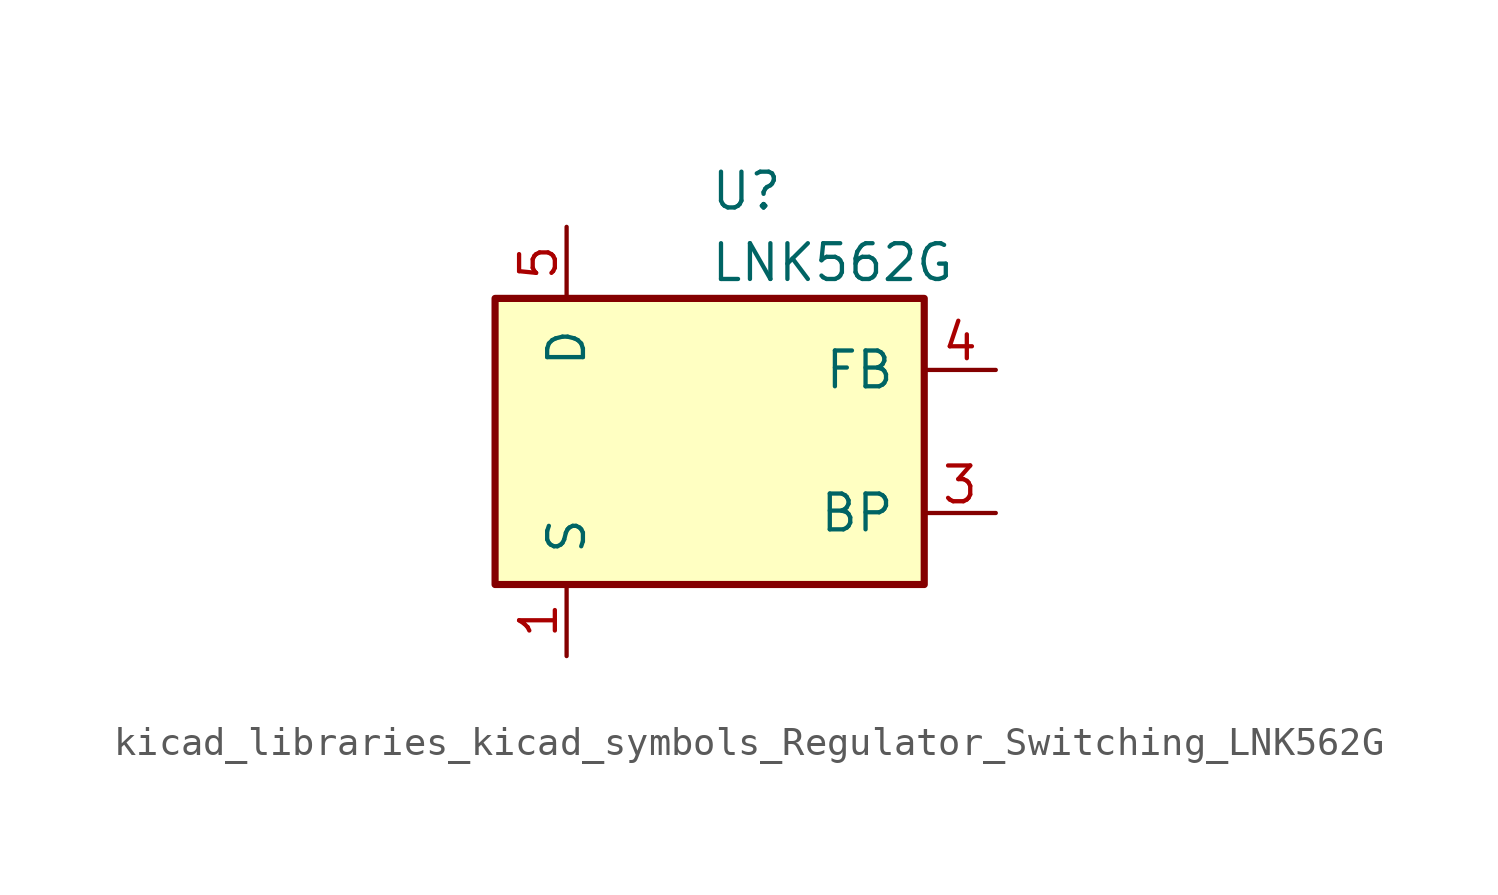
<source format=kicad_sym>
(kicad_symbol_lib
  (version 20220914)
  (generator kicad_symbol_editor)
  (symbol "kicad_libraries_kicad_symbols_Regulator_Switching_LNK562G"
    (pin_names
      (offset 1.016))
    (property "Reference" "U"
      (at 0 8.89 0)
      (effects (font (size 1.27 1.27)) (justify left)))
    (property "Value" "LNK562G"
      (at 0 6.35 0)
      (effects (font (size 1.27 1.27)) (justify left)))
    (symbol "kicad_libraries_kicad_symbols_Regulator_Switching_LNK562G_0_1"
      (rectangle (start -7.62 5.08) (end 7.62 -5.08) (stroke (width 0.254) (type default)) (fill (type background))))
    (symbol "kicad_libraries_kicad_symbols_Regulator_Switching_LNK562G_1_1"
      (pin power_in line (at -5.08 -7.62 90) (length 2.54) (name "S" (effects (font (size 1.27 1.27)))) (number "1" (effects (font (size 1.27 1.27)))))
      (pin passive line (at -5.08 -7.62 90) (length 2.54) hide (name "S" (effects (font (size 1.27 1.27)))) (number "2" (effects (font (size 1.27 1.27)))))
      (pin input line (at 10.16 -2.54 180) (length 2.54) (name "BP" (effects (font (size 1.27 1.27)))) (number "3" (effects (font (size 1.27 1.27)))))
      (pin input line (at 10.16 2.54 180) (length 2.54) (name "FB" (effects (font (size 1.27 1.27)))) (number "4" (effects (font (size 1.27 1.27)))))
      (pin open_collector line (at -5.08 7.62 270) (length 2.54) (name "D" (effects (font (size 1.27 1.27)))) (number "5" (effects (font (size 1.27 1.27)))))
      (pin passive line (at -5.08 -7.62 90) (length 2.54) hide (name "S" (effects (font (size 1.27 1.27)))) (number "7" (effects (font (size 1.27 1.27)))))
      (pin passive line (at -5.08 -7.62 90) (length 2.54) hide (name "S" (effects (font (size 1.27 1.27)))) (number "8" (effects (font (size 1.27 1.27))))))))
</source>
